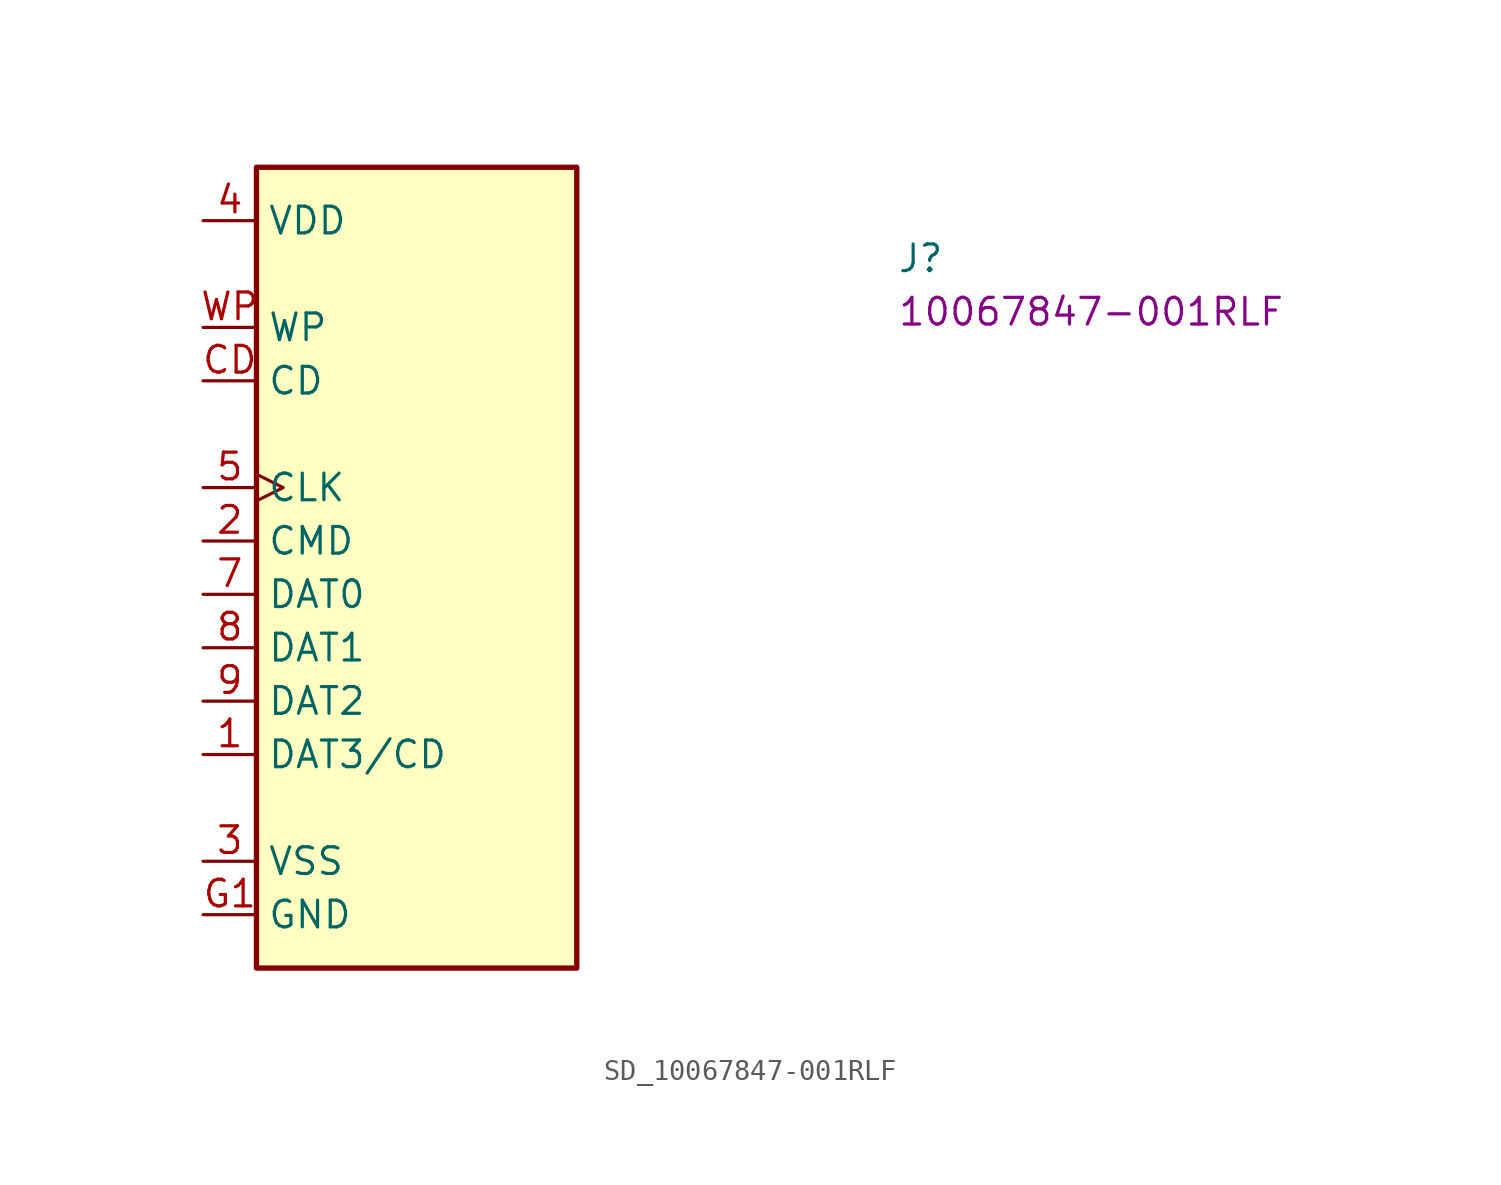
<source format=kicad_sym>
(kicad_symbol_lib
  (version 20220914)
  (generator kicad_symbol_editor)
  (symbol "SD_10067847-001RLF"
    (property "Reference" "J"
      (at 33.02 -2.54 0)
      (effects (font (size 1.27 1.27) (thickness 0.15)) (justify left bottom)))
    (property "MPN" "10067847-001RLF "
      (at 33.02 -5.08 0)
      (effects (font (size 1.27 1.27)) (justify left bottom)))
    (symbol "SD_10067847-001RLF_1_1"
      (rectangle (start 2.54 -35.56) (end 17.78 2.54) (stroke (width 0.254) (type default)) (fill (type background)))
      (pin bidirectional line (at 0 -25.4 0) (length 2.54) (name "DAT3/CD" (effects (font (size 1.27 1.27)))) (number "1" (effects (font (size 1.27 1.27)))))
      (pin bidirectional line (at 0 -15.24 0) (length 2.54) (name "CMD" (effects (font (size 1.27 1.27)))) (number "2" (effects (font (size 1.27 1.27)))))
      (pin power_in line (at 0 -30.48 0) (length 2.54) (name "VSS" (effects (font (size 1.27 1.27)))) (number "3" (effects (font (size 1.27 1.27)))))
      (pin power_in line (at 0 0 0) (length 2.54) (name "VDD" (effects (font (size 1.27 1.27)))) (number "4" (effects (font (size 1.27 1.27)))))
      (pin bidirectional clock (at 0 -12.7 0) (length 2.54) (name "CLK" (effects (font (size 1.27 1.27)))) (number "5" (effects (font (size 1.27 1.27)))))
      (pin passive line (at 0 -30.48 0) (length 2.54) hide (name "VSS" (effects (font (size 1.27 1.27)))) (number "6" (effects (font (size 1.27 1.27)))))
      (pin bidirectional line (at 0 -17.78 0) (length 2.54) (name "DAT0" (effects (font (size 1.27 1.27)))) (number "7" (effects (font (size 1.27 1.27)))))
      (pin bidirectional line (at 0 -20.32 0) (length 2.54) (name "DAT1" (effects (font (size 1.27 1.27)))) (number "8" (effects (font (size 1.27 1.27)))))
      (pin bidirectional line (at 0 -22.86 0) (length 2.54) (name "DAT2" (effects (font (size 1.27 1.27)))) (number "9" (effects (font (size 1.27 1.27)))))
      (pin input line (at 0 -7.62 0) (length 2.54) (name "CD" (effects (font (size 1.27 1.27)))) (number "CD" (effects (font (size 1.27 1.27)))))
      (pin power_in line (at 0 -33.02 0) (length 2.54) (name "GND" (effects (font (size 1.27 1.27)))) (number "G1" (effects (font (size 1.27 1.27)))))
      (pin passive line (at 0 -33.02 0) (length 2.54) hide (name "GND" (effects (font (size 1.27 1.27)))) (number "G2" (effects (font (size 1.27 1.27)))))
      (pin input line (at 0 -5.08 0) (length 2.54) (name "WP" (effects (font (size 1.27 1.27)))) (number "WP" (effects (font (size 1.27 1.27))))))))
</source>
